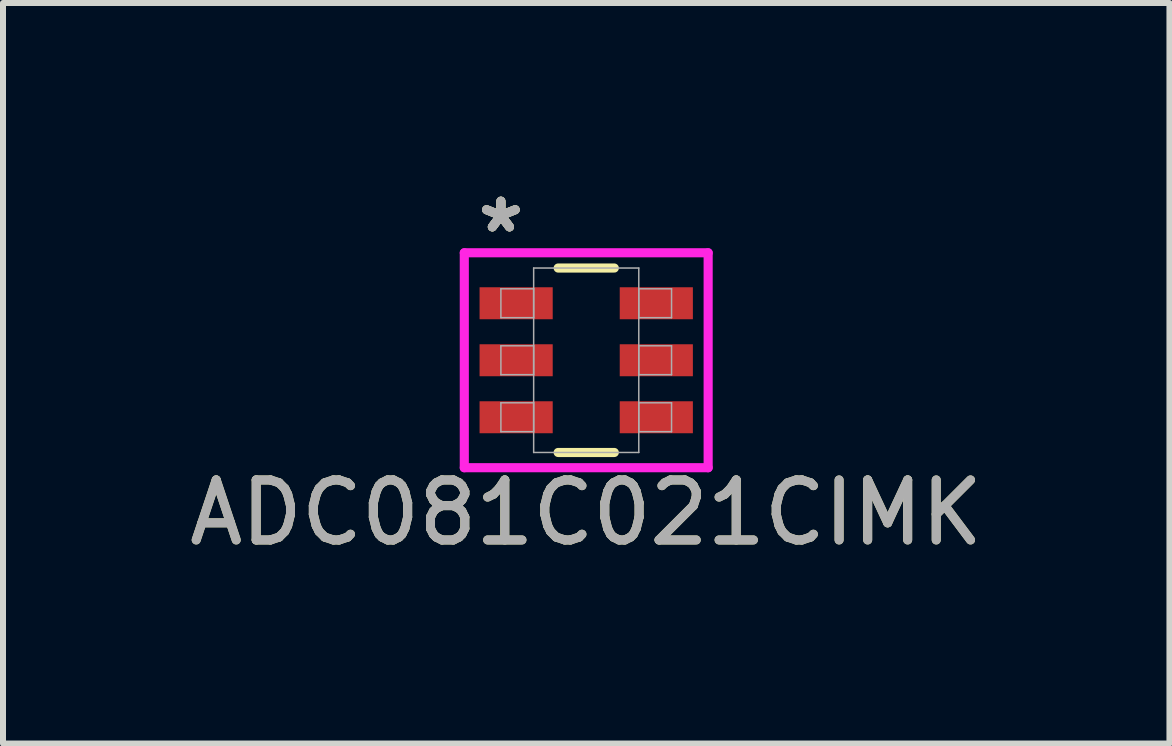
<source format=kicad_pcb>
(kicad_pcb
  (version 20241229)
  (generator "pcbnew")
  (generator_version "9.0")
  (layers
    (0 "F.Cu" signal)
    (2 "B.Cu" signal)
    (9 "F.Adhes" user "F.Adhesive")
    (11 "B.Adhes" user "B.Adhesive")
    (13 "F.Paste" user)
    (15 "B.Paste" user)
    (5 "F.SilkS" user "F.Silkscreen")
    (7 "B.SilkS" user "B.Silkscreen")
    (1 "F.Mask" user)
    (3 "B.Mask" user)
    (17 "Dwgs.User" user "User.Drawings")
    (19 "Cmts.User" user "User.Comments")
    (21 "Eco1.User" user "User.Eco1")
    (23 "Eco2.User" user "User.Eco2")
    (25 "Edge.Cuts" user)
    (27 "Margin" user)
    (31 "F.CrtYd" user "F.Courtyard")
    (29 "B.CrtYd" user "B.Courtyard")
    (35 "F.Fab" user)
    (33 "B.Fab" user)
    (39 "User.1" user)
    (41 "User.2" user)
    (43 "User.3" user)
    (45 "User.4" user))
  (footprint "ADC081C021CIMK"
    (layer "F.Cu")
    (at 6.72 2.954)
    (property "Reference" "ADC081C021CIMK" (at 0 2.54 0) (unlocked yes) (layer "F.SilkS") (effects (font (size 1 1) (thickness 0.15))))
    (attr smd)
    (fp_line (start -0.468 1.537) (end 0.468 1.537) (stroke (width 0.152) (type solid)) (layer "F.SilkS"))
    (fp_line (start 0.468 -1.537) (end -0.468 -1.537) (stroke (width 0.152) (type solid)) (layer "F.SilkS"))
    (fp_line (start -2.032 -1.791) (end 2.032 -1.791) (stroke (width 0.152) (type solid)) (layer "F.CrtYd"))
    (fp_line (start -2.032 1.791) (end -2.032 -1.791) (stroke (width 0.152) (type solid)) (layer "F.CrtYd"))
    (fp_line (start 2.032 -1.791) (end 2.032 1.791) (stroke (width 0.152) (type solid)) (layer "F.CrtYd"))
    (fp_line (start 2.032 1.791) (end -2.032 1.791) (stroke (width 0.152) (type solid)) (layer "F.CrtYd"))
    (fp_line (start -1.422 -1.191) (end -1.422 -0.709) (stroke (width 0.025) (type solid)) (layer "F.Fab"))
    (fp_line (start -1.422 -0.709) (end -0.876 -0.709) (stroke (width 0.025) (type solid)) (layer "F.Fab"))
    (fp_line (start -1.422 -0.241) (end -1.422 0.241) (stroke (width 0.025) (type solid)) (layer "F.Fab"))
    (fp_line (start -1.422 0.241) (end -0.876 0.241) (stroke (width 0.025) (type solid)) (layer "F.Fab"))
    (fp_line (start -1.422 0.709) (end -1.422 1.191) (stroke (width 0.025) (type solid)) (layer "F.Fab"))
    (fp_line (start -1.422 1.191) (end -0.876 1.191) (stroke (width 0.025) (type solid)) (layer "F.Fab"))
    (fp_line (start -0.876 -1.537) (end -0.876 1.537) (stroke (width 0.025) (type solid)) (layer "F.Fab"))
    (fp_line (start -0.876 -1.191) (end -1.422 -1.191) (stroke (width 0.025) (type solid)) (layer "F.Fab"))
    (fp_line (start -0.876 -0.709) (end -0.876 -1.191) (stroke (width 0.025) (type solid)) (layer "F.Fab"))
    (fp_line (start -0.876 -0.241) (end -1.422 -0.241) (stroke (width 0.025) (type solid)) (layer "F.Fab"))
    (fp_line (start -0.876 0.241) (end -0.876 -0.241) (stroke (width 0.025) (type solid)) (layer "F.Fab"))
    (fp_line (start -0.876 0.709) (end -1.422 0.709) (stroke (width 0.025) (type solid)) (layer "F.Fab"))
    (fp_line (start -0.876 1.191) (end -0.876 0.709) (stroke (width 0.025) (type solid)) (layer "F.Fab"))
    (fp_line (start -0.876 1.537) (end 0.876 1.537) (stroke (width 0.025) (type solid)) (layer "F.Fab"))
    (fp_line (start 0.876 -1.537) (end -0.876 -1.537) (stroke (width 0.025) (type solid)) (layer "F.Fab"))
    (fp_line (start 0.876 -1.191) (end 0.876 -0.709) (stroke (width 0.025) (type solid)) (layer "F.Fab"))
    (fp_line (start 0.876 -0.709) (end 1.422 -0.709) (stroke (width 0.025) (type solid)) (layer "F.Fab"))
    (fp_line (start 0.876 -0.241) (end 0.876 0.241) (stroke (width 0.025) (type solid)) (layer "F.Fab"))
    (fp_line (start 0.876 0.241) (end 1.422 0.241) (stroke (width 0.025) (type solid)) (layer "F.Fab"))
    (fp_line (start 0.876 0.709) (end 0.876 1.191) (stroke (width 0.025) (type solid)) (layer "F.Fab"))
    (fp_line (start 0.876 1.191) (end 1.422 1.191) (stroke (width 0.025) (type solid)) (layer "F.Fab"))
    (fp_line (start 0.876 1.537) (end 0.876 -1.537) (stroke (width 0.025) (type solid)) (layer "F.Fab"))
    (fp_line (start 1.422 -1.191) (end 0.876 -1.191) (stroke (width 0.025) (type solid)) (layer "F.Fab"))
    (fp_line (start 1.422 -0.709) (end 1.422 -1.191) (stroke (width 0.025) (type solid)) (layer "F.Fab"))
    (fp_line (start 1.422 -0.241) (end 0.876 -0.241) (stroke (width 0.025) (type solid)) (layer "F.Fab"))
    (fp_line (start 1.422 0.241) (end 1.422 -0.241) (stroke (width 0.025) (type solid)) (layer "F.Fab"))
    (fp_line (start 1.422 0.709) (end 0.876 0.709) (stroke (width 0.025) (type solid)) (layer "F.Fab"))
    (fp_line (start 1.422 1.191) (end 1.422 0.709) (stroke (width 0.025) (type solid)) (layer "F.Fab"))
    (fp_text user "*" (at -1.422 -2.106 0) (layer "F.SilkS") (effects (font (size 1 1) (thickness 0.15))))
    (fp_text user "*" (at -1.422 -2.106 0) (unlocked yes) (layer "F.SilkS") (effects (font (size 1 1) (thickness 0.15))))
    (fp_text user "*" (at -1.422 -2.106 0) (unlocked yes) (layer "F.Fab") (effects (font (size 1 1) (thickness 0.15))))
    (fp_text user "*" (at -1.422 -2.106 0) (layer "F.Fab") (effects (font (size 1 1) (thickness 0.15))))
    (fp_text user "${REFERENCE}" (at 0 2.54 0) (unlocked yes) (layer "F.Fab") (effects (font (size 1 1) (thickness 0.15))))
    (pad "1" smd rect (at -1.168 -0.95) (size 1.219 0.533) (layers "F.Cu" "F.Mask" "F.Paste"))
    (pad "2" smd rect (at -1.168 0) (size 1.219 0.533) (layers "F.Cu" "F.Mask" "F.Paste"))
    (pad "3" smd rect (at -1.168 0.95) (size 1.219 0.533) (layers "F.Cu" "F.Mask" "F.Paste"))
    (pad "4" smd rect (at 1.168 0.95) (size 1.219 0.533) (layers "F.Cu" "F.Mask" "F.Paste"))
    (pad "5" smd rect (at 1.168 0) (size 1.219 0.533) (layers "F.Cu" "F.Mask" "F.Paste"))
    (pad "6" smd rect (at 1.168 -0.95) (size 1.219 0.533) (layers "F.Cu" "F.Mask" "F.Paste")))
  (gr_rect
    (start -3 -3)
    (end 16.44 9.342)
    (stroke (width 0.1) (type default))
    (fill no)
    (layer "Edge.Cuts")))
</source>
